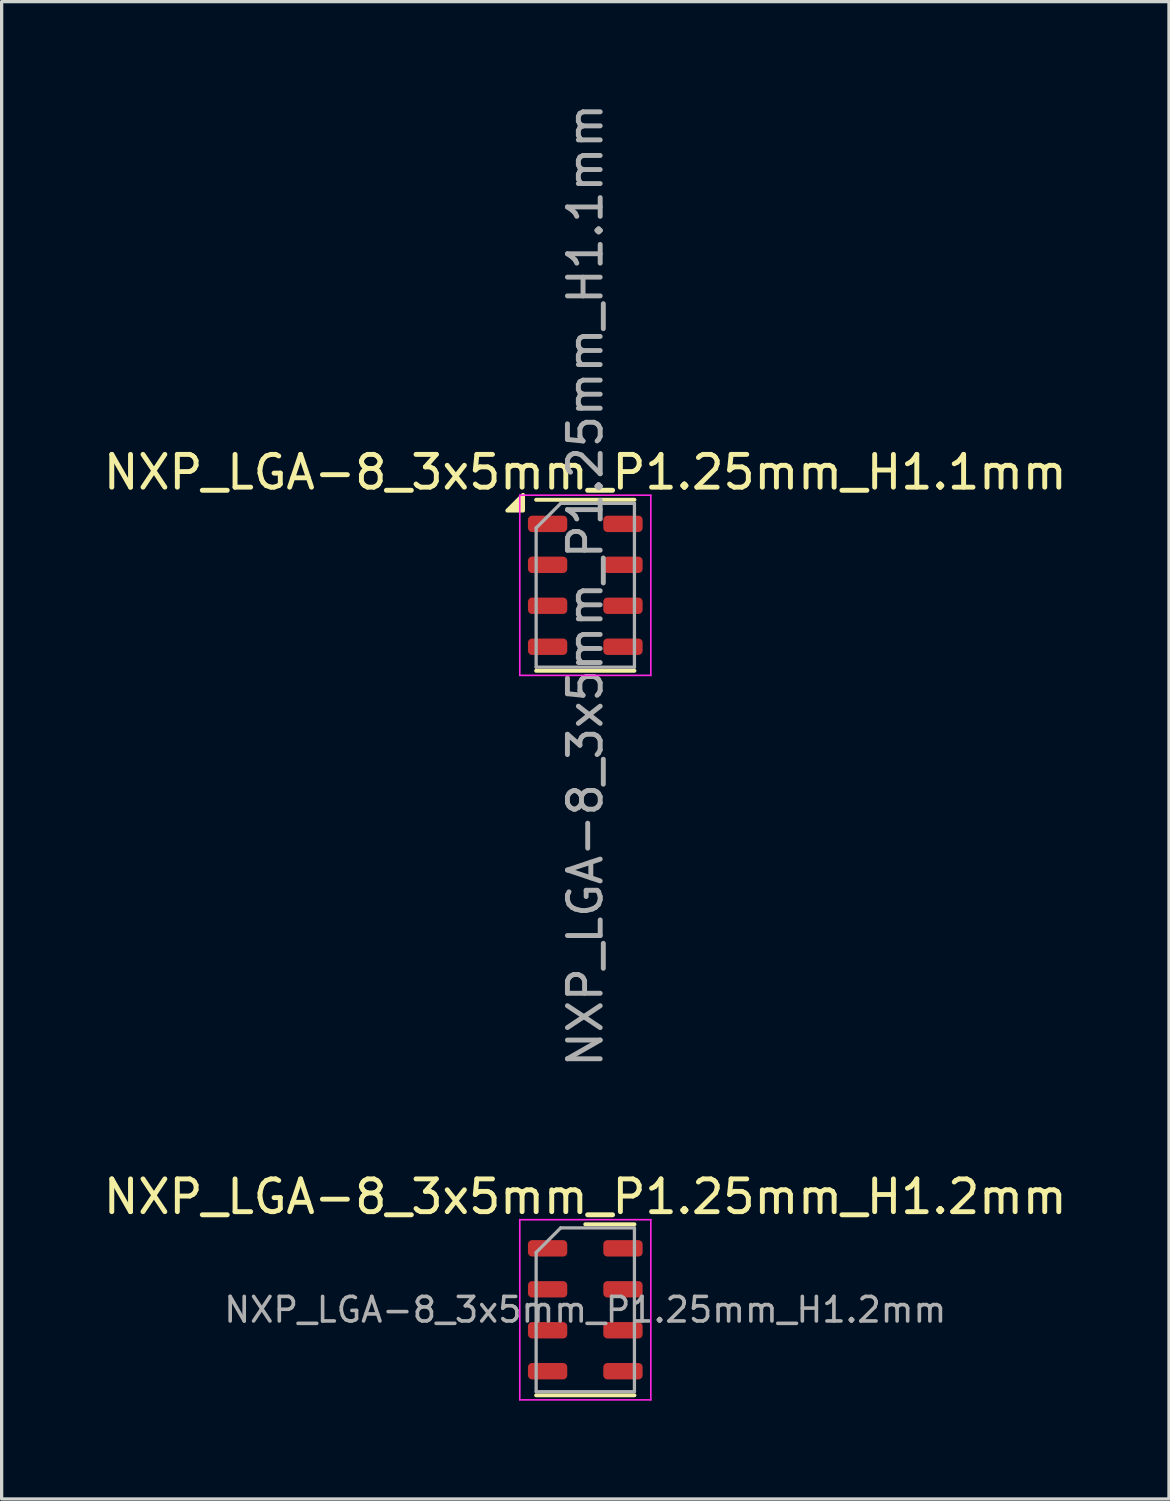
<source format=kicad_pcb>
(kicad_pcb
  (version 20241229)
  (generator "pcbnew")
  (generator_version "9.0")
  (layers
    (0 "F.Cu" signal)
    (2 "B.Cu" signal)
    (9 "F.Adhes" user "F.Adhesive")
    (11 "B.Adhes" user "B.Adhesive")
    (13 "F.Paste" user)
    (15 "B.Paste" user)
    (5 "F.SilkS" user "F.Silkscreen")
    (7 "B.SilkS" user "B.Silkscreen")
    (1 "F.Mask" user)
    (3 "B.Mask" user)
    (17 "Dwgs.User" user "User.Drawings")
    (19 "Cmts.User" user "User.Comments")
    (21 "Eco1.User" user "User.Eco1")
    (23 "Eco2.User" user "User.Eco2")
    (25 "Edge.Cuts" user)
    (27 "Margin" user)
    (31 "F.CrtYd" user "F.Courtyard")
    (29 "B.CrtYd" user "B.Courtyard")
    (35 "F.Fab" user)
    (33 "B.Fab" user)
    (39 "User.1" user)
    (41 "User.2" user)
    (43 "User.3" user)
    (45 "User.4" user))
  (footprint "NXP_LGA-8_3x5mm_P1.25mm_H1.2mm"
    (layer "F.Cu")
    (at 14.815 36.929)
    (property "Reference" "NXP_LGA-8_3x5mm_P1.25mm_H1.2mm" (at 0 -3.45 0) (layer "F.SilkS") (effects (font (size 1 1) (thickness 0.15))))
    (attr smd)
    (fp_line (start -1.5 2.61) (end 1.5 2.61) (stroke (width 0.12) (type solid)) (layer "F.SilkS"))
    (fp_line (start 0 -2.61) (end 1.5 -2.61) (stroke (width 0.12) (type solid)) (layer "F.SilkS"))
    (fp_line (start -2 -2.75) (end -2 2.75) (stroke (width 0.05) (type solid)) (layer "F.CrtYd"))
    (fp_line (start -2 2.75) (end 2 2.75) (stroke (width 0.05) (type solid)) (layer "F.CrtYd"))
    (fp_line (start 2 -2.75) (end -2 -2.75) (stroke (width 0.05) (type solid)) (layer "F.CrtYd"))
    (fp_line (start 2 2.75) (end 2 -2.75) (stroke (width 0.05) (type solid)) (layer "F.CrtYd"))
    (fp_line (start -1.5 -1.75) (end -0.75 -2.5) (stroke (width 0.1) (type solid)) (layer "F.Fab"))
    (fp_line (start -1.5 2.5) (end -1.5 -1.75) (stroke (width 0.1) (type solid)) (layer "F.Fab"))
    (fp_line (start -0.75 -2.5) (end 1.5 -2.5) (stroke (width 0.1) (type solid)) (layer "F.Fab"))
    (fp_line (start 1.5 -2.5) (end 1.5 2.5) (stroke (width 0.1) (type solid)) (layer "F.Fab"))
    (fp_line (start 1.5 2.5) (end -1.5 2.5) (stroke (width 0.1) (type solid)) (layer "F.Fab"))
    (fp_text user "${REFERENCE}" (at 0 0 0) (layer "F.Fab") (effects (font (size 0.75 0.75) (thickness 0.11))))
    (pad "1" smd roundrect (at -1.15 -1.875) (size 1.2 0.5) (layers "F.Cu" "F.Mask" "F.Paste") (roundrect_rratio 0.25))
    (pad "2" smd roundrect (at -1.15 -0.625) (size 1.2 0.5) (layers "F.Cu" "F.Mask" "F.Paste") (roundrect_rratio 0.25))
    (pad "3" smd roundrect (at -1.15 0.625) (size 1.2 0.5) (layers "F.Cu" "F.Mask" "F.Paste") (roundrect_rratio 0.25))
    (pad "4" smd roundrect (at -1.15 1.875) (size 1.2 0.5) (layers "F.Cu" "F.Mask" "F.Paste") (roundrect_rratio 0.25))
    (pad "5" smd roundrect (at 1.15 1.875) (size 1.2 0.5) (layers "F.Cu" "F.Mask" "F.Paste") (roundrect_rratio 0.25))
    (pad "6" smd roundrect (at 1.15 0.625) (size 1.2 0.5) (layers "F.Cu" "F.Mask" "F.Paste") (roundrect_rratio 0.25))
    (pad "7" smd roundrect (at 1.15 -0.625) (size 1.2 0.5) (layers "F.Cu" "F.Mask" "F.Paste") (roundrect_rratio 0.25))
    (pad "8" smd roundrect (at 1.15 -1.875) (size 1.2 0.5) (layers "F.Cu" "F.Mask" "F.Paste") (roundrect_rratio 0.25)))
  (footprint "NXP_LGA-8_3x5mm_P1.25mm_H1.1mm"
    (layer "F.Cu")
    (at 14.815 14.815)
    (property "Reference" "NXP_LGA-8_3x5mm_P1.25mm_H1.1mm" (at 0 -3.45 0) (layer "F.SilkS") (effects (font (size 1 1) (thickness 0.15))))
    (attr smd)
    (fp_line (start -1.5 -2.61) (end 1.5 -2.61) (stroke (width 0.12) (type solid)) (layer "F.SilkS"))
    (fp_line (start -1.5 2.61) (end 1.5 2.61) (stroke (width 0.12) (type solid)) (layer "F.SilkS"))
    (fp_poly (pts (xy -1.9 -2.28) (xy -2.38 -2.28) (xy -1.9 -2.76) (xy -1.9 -2.28)) (stroke (width 0.12) (type solid)) (fill yes) (layer "F.SilkS"))
    (fp_line (start -2 -2.75) (end -2 2.75) (stroke (width 0.05) (type solid)) (layer "F.CrtYd"))
    (fp_line (start -2 2.75) (end 2 2.75) (stroke (width 0.05) (type solid)) (layer "F.CrtYd"))
    (fp_line (start 2 -2.75) (end -2 -2.75) (stroke (width 0.05) (type solid)) (layer "F.CrtYd"))
    (fp_line (start 2 2.75) (end 2 -2.75) (stroke (width 0.05) (type solid)) (layer "F.CrtYd"))
    (fp_line (start -1.5 -1.75) (end -0.75 -2.5) (stroke (width 0.1) (type solid)) (layer "F.Fab"))
    (fp_line (start -1.5 2.5) (end -1.5 -1.75) (stroke (width 0.1) (type solid)) (layer "F.Fab"))
    (fp_line (start -0.75 -2.5) (end 1.5 -2.5) (stroke (width 0.1) (type solid)) (layer "F.Fab"))
    (fp_line (start 1.5 -2.5) (end 1.5 2.5) (stroke (width 0.1) (type solid)) (layer "F.Fab"))
    (fp_line (start 1.5 2.5) (end -1.5 2.5) (stroke (width 0.1) (type solid)) (layer "F.Fab"))
    (fp_text user "${REFERENCE}" (at 0 0 90) (layer "F.Fab") (effects (font (size 1 1) (thickness 0.15))))
    (pad "1" smd roundrect (at -1.15 -1.875) (size 1.2 0.5) (layers "F.Cu" "F.Mask" "F.Paste") (roundrect_rratio 0.25))
    (pad "2" smd roundrect (at -1.15 -0.625) (size 1.2 0.5) (layers "F.Cu" "F.Mask" "F.Paste") (roundrect_rratio 0.25))
    (pad "3" smd roundrect (at -1.15 0.625) (size 1.2 0.5) (layers "F.Cu" "F.Mask" "F.Paste") (roundrect_rratio 0.25))
    (pad "4" smd roundrect (at -1.15 1.875) (size 1.2 0.5) (layers "F.Cu" "F.Mask" "F.Paste") (roundrect_rratio 0.25))
    (pad "5" smd roundrect (at 1.15 1.875) (size 1.2 0.5) (layers "F.Cu" "F.Mask" "F.Paste") (roundrect_rratio 0.25))
    (pad "6" smd roundrect (at 1.15 0.625) (size 1.2 0.5) (layers "F.Cu" "F.Mask" "F.Paste") (roundrect_rratio 0.25))
    (pad "7" smd roundrect (at 1.15 -0.625) (size 1.2 0.5) (layers "F.Cu" "F.Mask" "F.Paste") (roundrect_rratio 0.25))
    (pad "8" smd roundrect (at 1.15 -1.875) (size 1.2 0.5) (layers "F.Cu" "F.Mask" "F.Paste") (roundrect_rratio 0.25)))
  (gr_rect
    (start -3 -3)
    (end 32.631 42.704)
    (stroke (width 0.1) (type default))
    (fill no)
    (layer "Edge.Cuts")))
</source>
